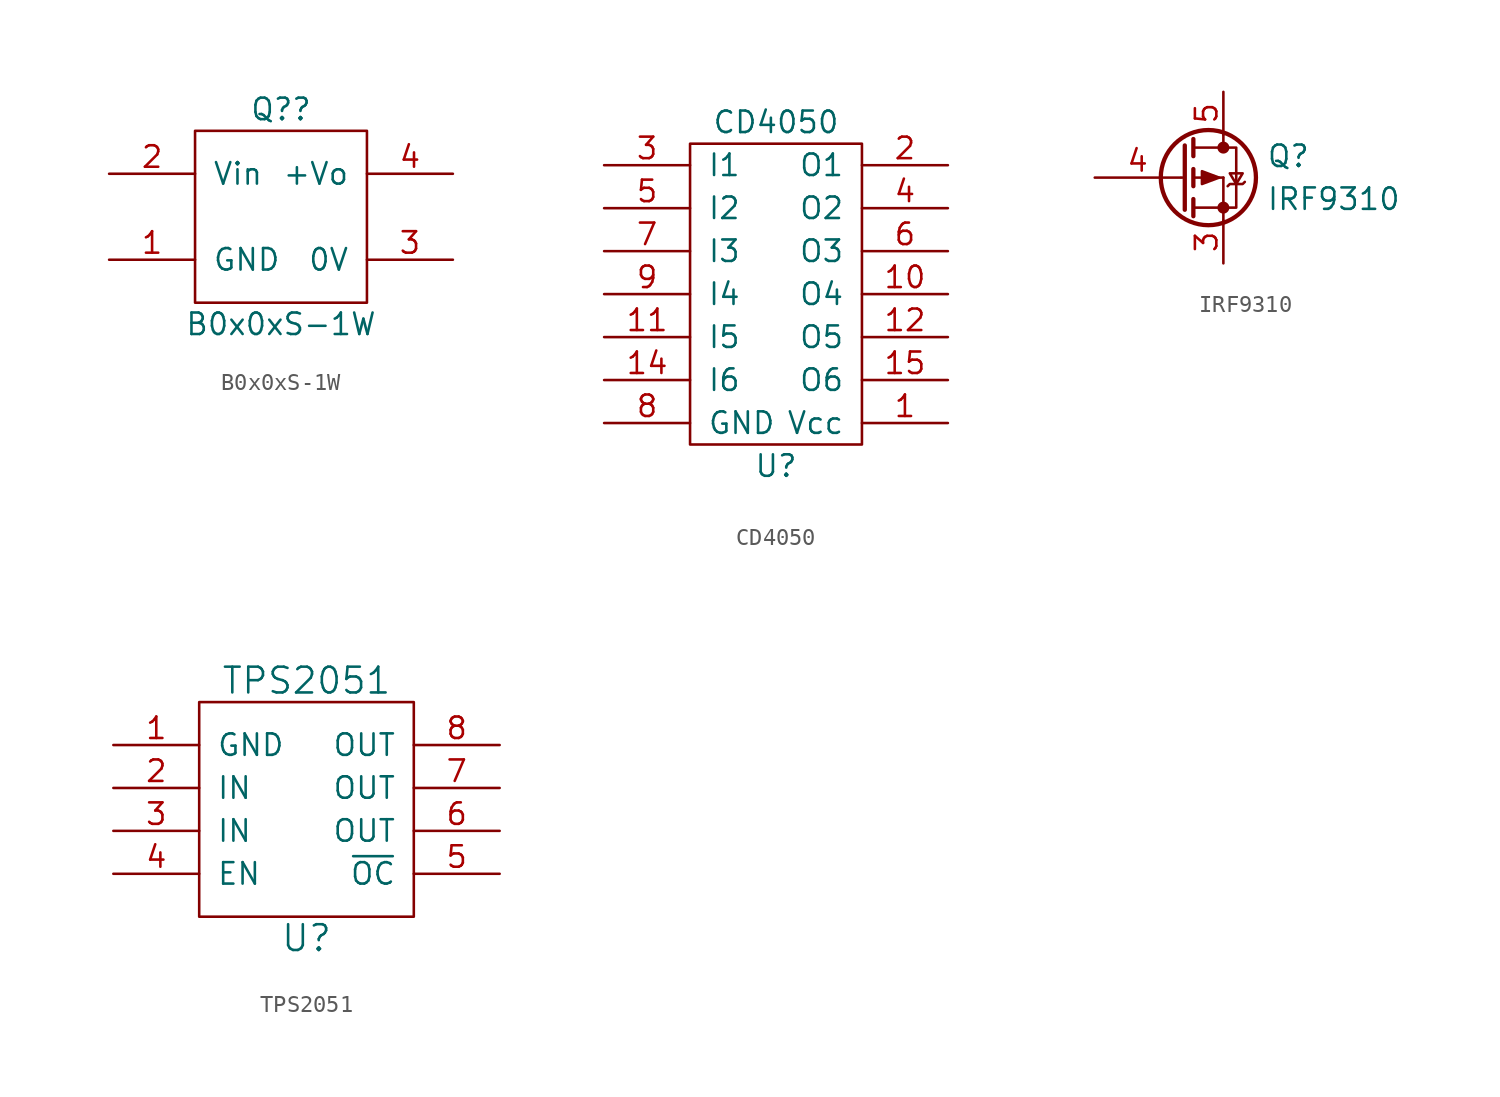
<source format=kicad_sym>
(kicad_symbol_lib
  (version 20211014)
  (generator kicad_symbol_editor)
  (symbol "B0x0xS-1W"
    (pin_names
      (offset 1.016))
    (property "Reference" "Q?"
      (at 0 6.35 0)
      (effects (font (size 1.27 1.27))))
    (property "Value" "B0x0xS-1W"
      (at 0 -6.35 0)
      (effects (font (size 1.27 1.27))))
    (symbol "B0x0xS-1W_0_1"
      (rectangle (start -5.08 5.08) (end 5.08 -5.08) (stroke (width 0) (type default) (color 0 0 0 0)) (fill (type none))))
    (symbol "B0x0xS-1W_1_1"
      (pin power_in line (at -10.16 -2.54 0) (length 5.08) (name "GND" (effects (font (size 1.27 1.27)))) (number "1" (effects (font (size 1.27 1.27)))))
      (pin power_in line (at -10.16 2.54 0) (length 5.08) (name "Vin" (effects (font (size 1.27 1.27)))) (number "2" (effects (font (size 1.27 1.27)))))
      (pin power_out line (at 10.16 -2.54 180) (length 5.08) (name "0V" (effects (font (size 1.27 1.27)))) (number "3" (effects (font (size 1.27 1.27)))))
      (pin power_out line (at 10.16 2.54 180) (length 5.08) (name "+Vo" (effects (font (size 1.27 1.27)))) (number "4" (effects (font (size 1.27 1.27)))))))
  (symbol "CD4050"
    (pin_names
      (offset 1.016))
    (property "Reference" "U"
      (at 0 -10.16 0)
      (effects (font (size 1.27 1.27))))
    (property "Value" "CD4050"
      (at 0 10.16 0)
      (effects (font (size 1.27 1.27))))
    (symbol "CD4050_0_1"
      (rectangle (start -5.08 8.89) (end 5.08 -8.89) (stroke (width 0) (type default) (color 0 0 0 0)) (fill (type none))))
    (symbol "CD4050_1_1"
      (pin power_in line (at 10.16 -7.62 180) (length 5.08) (name "Vcc" (effects (font (size 1.27 1.27)))) (number "1" (effects (font (size 1.27 1.27)))))
      (pin output line (at 10.16 0 180) (length 5.08) (name "O4" (effects (font (size 1.27 1.27)))) (number "10" (effects (font (size 1.27 1.27)))))
      (pin input line (at -10.16 -2.54 0) (length 5.08) (name "I5" (effects (font (size 1.27 1.27)))) (number "11" (effects (font (size 1.27 1.27)))))
      (pin output line (at 10.16 -2.54 180) (length 5.08) (name "O5" (effects (font (size 1.27 1.27)))) (number "12" (effects (font (size 1.27 1.27)))))
      (pin input line (at -10.16 -5.08 0) (length 5.08) (name "I6" (effects (font (size 1.27 1.27)))) (number "14" (effects (font (size 1.27 1.27)))))
      (pin output line (at 10.16 -5.08 180) (length 5.08) (name "O6" (effects (font (size 1.27 1.27)))) (number "15" (effects (font (size 1.27 1.27)))))
      (pin output line (at 10.16 7.62 180) (length 5.08) (name "O1" (effects (font (size 1.27 1.27)))) (number "2" (effects (font (size 1.27 1.27)))))
      (pin input line (at -10.16 7.62 0) (length 5.08) (name "I1" (effects (font (size 1.27 1.27)))) (number "3" (effects (font (size 1.27 1.27)))))
      (pin output line (at 10.16 5.08 180) (length 5.08) (name "O2" (effects (font (size 1.27 1.27)))) (number "4" (effects (font (size 1.27 1.27)))))
      (pin input line (at -10.16 5.08 0) (length 5.08) (name "I2" (effects (font (size 1.27 1.27)))) (number "5" (effects (font (size 1.27 1.27)))))
      (pin output line (at 10.16 2.54 180) (length 5.08) (name "O3" (effects (font (size 1.27 1.27)))) (number "6" (effects (font (size 1.27 1.27)))))
      (pin input line (at -10.16 2.54 0) (length 5.08) (name "I3" (effects (font (size 1.27 1.27)))) (number "7" (effects (font (size 1.27 1.27)))))
      (pin power_in line (at -10.16 -7.62 0) (length 5.08) (name "GND" (effects (font (size 1.27 1.27)))) (number "8" (effects (font (size 1.27 1.27)))))
      (pin input line (at -10.16 0 0) (length 5.08) (name "I4" (effects (font (size 1.27 1.27)))) (number "9" (effects (font (size 1.27 1.27)))))))
  (symbol "IRF9310"
    (pin_names
      (offset 0) hide)
    (property "Reference" "Q"
      (at 5.08 1.27 0)
      (effects (font (size 1.27 1.27)) (justify left)))
    (property "Value" "IRF9310"
      (at 5.08 -1.27 0)
      (effects (font (size 1.27 1.27)) (justify left)))
    (symbol "IRF9310_0_1"
      (polyline (pts (xy 0.051 0) (xy 0.254 0)) (stroke (width 0) (type default) (color 0 0 0 0)) (fill (type none)))
      (polyline (pts (xy 0.762 -1.778) (xy 2.54 -1.778)) (stroke (width 0) (type default) (color 0 0 0 0)) (fill (type none)))
      (polyline (pts (xy 0.762 -1.27) (xy 0.762 -2.286)) (stroke (width 0.254) (type default) (color 0 0 0 0)) (fill (type none)))
      (polyline (pts (xy 0.762 0) (xy 2.54 0)) (stroke (width 0) (type default) (color 0 0 0 0)) (fill (type none)))
      (polyline (pts (xy 0.762 0.508) (xy 0.762 -0.508)) (stroke (width 0.254) (type default) (color 0 0 0 0)) (fill (type none)))
      (polyline (pts (xy 0.762 1.778) (xy 2.54 1.778)) (stroke (width 0) (type default) (color 0 0 0 0)) (fill (type none)))
      (polyline (pts (xy 0.762 2.286) (xy 0.762 1.27)) (stroke (width 0.254) (type default) (color 0 0 0 0)) (fill (type none)))
      (polyline (pts (xy 2.54 -1.778) (xy 2.54 -2.54)) (stroke (width 0) (type default) (color 0 0 0 0)) (fill (type none)))
      (polyline (pts (xy 2.54 -1.778) (xy 2.54 0)) (stroke (width 0) (type default) (color 0 0 0 0)) (fill (type none)))
      (polyline (pts (xy 2.54 2.54) (xy 2.54 1.778)) (stroke (width 0) (type default) (color 0 0 0 0)) (fill (type none)))
      (polyline (pts (xy 0.254 1.905) (xy 0.254 -1.905) (xy 0.254 -1.905)) (stroke (width 0.254) (type default) (color 0 0 0 0)) (fill (type none)))
      (polyline (pts (xy 2.286 0) (xy 1.27 -0.381) (xy 1.27 0.381) (xy 2.286 0)) (stroke (width 0) (type default) (color 0 0 0 0)) (fill (type outline)))
      (polyline (pts (xy 2.54 -1.778) (xy 3.302 -1.778) (xy 3.302 1.778) (xy 2.54 1.778)) (stroke (width 0) (type default) (color 0 0 0 0)) (fill (type none)))
      (polyline (pts (xy 2.794 -0.508) (xy 2.921 -0.381) (xy 3.683 -0.381) (xy 3.81 -0.254)) (stroke (width 0) (type default) (color 0 0 0 0)) (fill (type none)))
      (polyline (pts (xy 3.302 -0.381) (xy 2.921 0.254) (xy 3.683 0.254) (xy 3.302 -0.381)) (stroke (width 0) (type default) (color 0 0 0 0)) (fill (type none)))
      (circle (center 1.651 0) (radius 2.819) (stroke (width 0.254) (type default) (color 0 0 0 0)) (fill (type none)))
      (circle (center 2.54 -1.778) (radius 0.279) (stroke (width 0) (type default) (color 0 0 0 0)) (fill (type outline)))
      (circle (center 2.54 1.778) (radius 0.279) (stroke (width 0) (type default) (color 0 0 0 0)) (fill (type outline))))
    (symbol "IRF9310_1_1"
      (pin passive line (at 2.54 -5.08 90) (length 2.54) hide (name "S" (effects (font (size 1.27 1.27)))) (number "1" (effects (font (size 1.27 1.27)))))
      (pin passive line (at 2.54 -5.08 90) (length 2.54) hide (name "S" (effects (font (size 1.27 1.27)))) (number "2" (effects (font (size 1.27 1.27)))))
      (pin passive line (at 2.54 -5.08 90) (length 2.54) (name "S" (effects (font (size 1.27 1.27)))) (number "3" (effects (font (size 1.27 1.27)))))
      (pin input line (at -5.08 0 0) (length 5.08) (name "G" (effects (font (size 1.27 1.27)))) (number "4" (effects (font (size 1.27 1.27)))))
      (pin passive line (at 2.54 5.08 270) (length 2.54) (name "D" (effects (font (size 1.27 1.27)))) (number "5" (effects (font (size 1.27 1.27)))))
      (pin passive line (at 2.54 5.08 270) (length 2.54) hide (name "D" (effects (font (size 1.27 1.27)))) (number "6" (effects (font (size 1.27 1.27)))))
      (pin passive line (at 2.54 5.08 270) (length 2.54) hide (name "D" (effects (font (size 1.27 1.27)))) (number "7" (effects (font (size 1.27 1.27)))))
      (pin passive line (at 2.54 5.08 270) (length 2.54) hide (name "D" (effects (font (size 1.27 1.27)))) (number "8" (effects (font (size 1.27 1.27)))))))
  (symbol "TPS2051"
    (pin_names
      (offset 1.016))
    (property "Reference" "U"
      (at 0 -7.62 0)
      (effects (font (size 1.524 1.524))))
    (property "Value" "TPS2051"
      (at 0 7.62 0)
      (effects (font (size 1.524 1.524))))
    (symbol "TPS2051_0_1"
      (rectangle (start -6.35 6.35) (end 6.35 -6.35) (stroke (width 0) (type default) (color 0 0 0 0)) (fill (type none))))
    (symbol "TPS2051_1_1"
      (pin power_in line (at -11.43 3.81 0) (length 5.08) (name "GND" (effects (font (size 1.27 1.27)))) (number "1" (effects (font (size 1.27 1.27)))))
      (pin power_in line (at -11.43 1.27 0) (length 5.08) (name "IN" (effects (font (size 1.27 1.27)))) (number "2" (effects (font (size 1.27 1.27)))))
      (pin passive line (at -11.43 -1.27 0) (length 5.08) (name "IN" (effects (font (size 1.27 1.27)))) (number "3" (effects (font (size 1.27 1.27)))))
      (pin input line (at -11.43 -3.81 0) (length 5.08) (name "EN" (effects (font (size 1.27 1.27)))) (number "4" (effects (font (size 1.27 1.27)))))
      (pin output line (at 11.43 -3.81 180) (length 5.08) (name "~{OC}" (effects (font (size 1.27 1.27)))) (number "5" (effects (font (size 1.27 1.27)))))
      (pin passive line (at 11.43 -1.27 180) (length 5.08) (name "OUT" (effects (font (size 1.27 1.27)))) (number "6" (effects (font (size 1.27 1.27)))))
      (pin passive line (at 11.43 1.27 180) (length 5.08) (name "OUT" (effects (font (size 1.27 1.27)))) (number "7" (effects (font (size 1.27 1.27)))))
      (pin power_out line (at 11.43 3.81 180) (length 5.08) (name "OUT" (effects (font (size 1.27 1.27)))) (number "8" (effects (font (size 1.27 1.27))))))))
</source>
